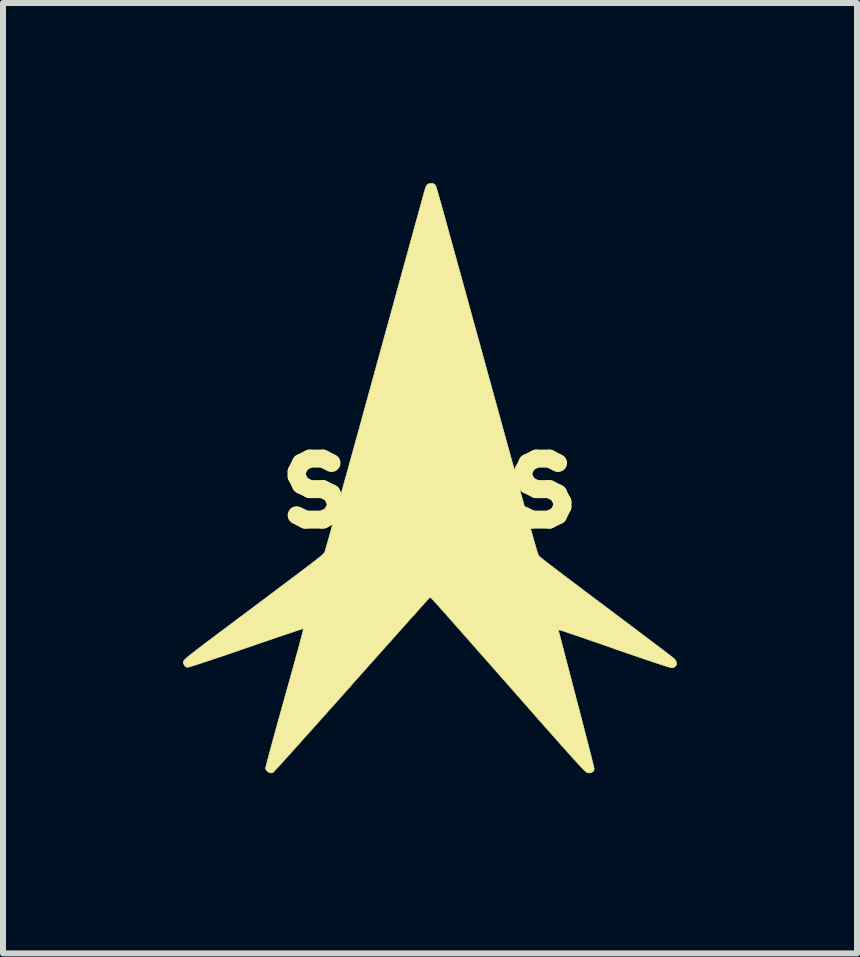
<source format=kicad_pcb>
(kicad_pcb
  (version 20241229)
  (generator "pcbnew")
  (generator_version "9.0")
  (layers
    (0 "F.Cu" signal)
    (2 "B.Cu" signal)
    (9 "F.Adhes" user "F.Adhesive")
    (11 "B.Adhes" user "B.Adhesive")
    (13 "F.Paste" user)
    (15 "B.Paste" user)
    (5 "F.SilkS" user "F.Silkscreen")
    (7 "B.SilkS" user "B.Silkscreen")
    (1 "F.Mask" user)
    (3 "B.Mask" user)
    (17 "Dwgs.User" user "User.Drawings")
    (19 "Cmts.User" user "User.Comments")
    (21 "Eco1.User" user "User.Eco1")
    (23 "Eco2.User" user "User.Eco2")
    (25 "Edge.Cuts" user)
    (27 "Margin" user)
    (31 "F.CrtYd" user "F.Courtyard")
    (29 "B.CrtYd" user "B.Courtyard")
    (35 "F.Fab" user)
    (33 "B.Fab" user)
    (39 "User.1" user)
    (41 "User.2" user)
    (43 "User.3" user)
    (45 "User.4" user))
  (footprint "sess"
    (layer "F.Cu")
    (at 4.105 4.916)
    (property "Reference" "sess" (at 0 0 0) (layer "F.SilkS") (effects (font (size 1.524 1.524) (thickness 0.3))))
    (attr through_hole)
    (fp_poly (pts (xy 0.066 -4.906) (xy 0.09 -4.889) (xy 0.094 -4.883) (xy 0.096 -4.881) (xy 0.098 -4.879) (xy 0.1 -4.876) (xy 0.102 -4.872) (xy 0.104 -4.866) (xy 0.108 -4.858) (xy 0.112 -4.845) (xy 0.117 -4.829) (xy 0.124 -4.807) (xy 0.132 -4.778) (xy 0.142 -4.743) (xy 0.154 -4.701) (xy 0.169 -4.649) (xy 0.186 -4.589) (xy 0.206 -4.518) (xy 0.229 -4.436) (xy 0.255 -4.342) (xy 0.284 -4.236) (xy 0.317 -4.116) (xy 0.354 -3.982) (xy 0.395 -3.833) (xy 0.441 -3.668) (xy 0.491 -3.487) (xy 0.546 -3.288) (xy 0.606 -3.07) (xy 0.671 -2.834) (xy 0.741 -2.577) (xy 0.818 -2.3) (xy 0.9 -2.001) (xy 0.988 -1.68) (xy 1.01 -1.603) (xy 1.094 -1.296) (xy 1.172 -1.013) (xy 1.244 -0.751) (xy 1.311 -0.509) (xy 1.372 -0.288) (xy 1.427 -0.086) (xy 1.478 0.098) (xy 1.524 0.265) (xy 1.566 0.415) (xy 1.603 0.55) (xy 1.636 0.67) (xy 1.666 0.776) (xy 1.692 0.869) (xy 1.714 0.95) (xy 1.734 1.02) (xy 1.751 1.079) (xy 1.765 1.129) (xy 1.777 1.17) (xy 1.787 1.204) (xy 1.796 1.23) (xy 1.802 1.251) (xy 1.808 1.266) (xy 1.812 1.277) (xy 1.815 1.285) (xy 1.818 1.29) (xy 1.821 1.293) (xy 1.823 1.295) (xy 1.826 1.298) (xy 1.827 1.299) (xy 1.836 1.308) (xy 1.852 1.321) (xy 1.875 1.341) (xy 1.907 1.366) (xy 1.949 1.399) (xy 2.001 1.439) (xy 2.065 1.487) (xy 2.141 1.545) (xy 2.23 1.613) (xy 2.333 1.691) (xy 2.452 1.78) (xy 2.586 1.882) (xy 2.738 1.996) (xy 2.908 2.123) (xy 3.097 2.265) (xy 3.124 2.286) (xy 3.258 2.386) (xy 3.387 2.483) (xy 3.509 2.575) (xy 3.623 2.661) (xy 3.728 2.74) (xy 3.822 2.811) (xy 3.903 2.873) (xy 3.97 2.924) (xy 4.022 2.964) (xy 4.057 2.991) (xy 4.073 3.004) (xy 4.074 3.004) (xy 4.105 3.043) (xy 4.116 3.083) (xy 4.108 3.118) (xy 4.083 3.144) (xy 4.041 3.157) (xy 4.031 3.157) (xy 4.012 3.153) (xy 3.97 3.141) (xy 3.908 3.121) (xy 3.827 3.095) (xy 3.728 3.062) (xy 3.614 3.024) (xy 3.486 2.98) (xy 3.346 2.932) (xy 3.194 2.88) (xy 3.102 2.848) (xy 2.958 2.797) (xy 2.821 2.749) (xy 2.691 2.705) (xy 2.572 2.663) (xy 2.465 2.627) (xy 2.372 2.595) (xy 2.295 2.569) (xy 2.236 2.549) (xy 2.198 2.536) (xy 2.181 2.531) (xy 2.156 2.529) (xy 2.149 2.538) (xy 2.152 2.553) (xy 2.156 2.569) (xy 2.166 2.607) (xy 2.181 2.664) (xy 2.201 2.74) (xy 2.225 2.833) (xy 2.253 2.941) (xy 2.285 3.063) (xy 2.32 3.196) (xy 2.357 3.339) (xy 2.397 3.491) (xy 2.438 3.65) (xy 2.451 3.699) (xy 2.493 3.859) (xy 2.533 4.013) (xy 2.571 4.159) (xy 2.606 4.296) (xy 2.638 4.421) (xy 2.667 4.533) (xy 2.692 4.63) (xy 2.712 4.712) (xy 2.728 4.775) (xy 2.738 4.818) (xy 2.743 4.841) (xy 2.743 4.843) (xy 2.732 4.878) (xy 2.702 4.901) (xy 2.657 4.909) (xy 2.646 4.908) (xy 2.639 4.908) (xy 2.632 4.906) (xy 2.624 4.902) (xy 2.613 4.895) (xy 2.6 4.884) (xy 2.583 4.869) (xy 2.561 4.848) (xy 2.535 4.821) (xy 2.502 4.787) (xy 2.463 4.744) (xy 2.416 4.693) (xy 2.36 4.631) (xy 2.296 4.559) (xy 2.221 4.475) (xy 2.136 4.379) (xy 2.039 4.27) (xy 1.929 4.146) (xy 1.807 4.007) (xy 1.67 3.852) (xy 1.519 3.68) (xy 1.365 3.506) (xy 1.191 3.308) (xy 1.033 3.128) (xy 0.889 2.965) (xy 0.759 2.818) (xy 0.643 2.686) (xy 0.54 2.569) (xy 0.448 2.465) (xy 0.368 2.374) (xy 0.298 2.295) (xy 0.238 2.227) (xy 0.187 2.17) (xy 0.144 2.122) (xy 0.108 2.082) (xy 0.079 2.051) (xy 0.057 2.026) (xy 0.039 2.008) (xy 0.026 1.995) (xy 0.017 1.987) (xy 0.011 1.983) (xy 0.008 1.981) (xy 0.006 1.982) (xy 0.005 1.984) (xy 0.004 1.986) (xy 0.002 1.988) (xy 0.002 1.989) (xy -0.008 1.999) (xy -0.033 2.026) (xy -0.073 2.07) (xy -0.127 2.13) (xy -0.193 2.204) (xy -0.272 2.291) (xy -0.361 2.392) (xy -0.461 2.503) (xy -0.57 2.625) (xy -0.687 2.757) (xy -0.812 2.897) (xy -0.943 3.044) (xy -1.081 3.198) (xy -1.223 3.358) (xy -1.301 3.446) (xy -1.445 3.609) (xy -1.585 3.766) (xy -1.72 3.917) (xy -1.849 4.061) (xy -1.971 4.198) (xy -2.085 4.325) (xy -2.19 4.442) (xy -2.285 4.548) (xy -2.37 4.643) (xy -2.444 4.724) (xy -2.505 4.791) (xy -2.553 4.844) (xy -2.587 4.88) (xy -2.606 4.9) (xy -2.61 4.903) (xy -2.643 4.91) (xy -2.673 4.901) (xy -2.697 4.886) (xy -2.725 4.853) (xy -2.731 4.828) (xy -2.727 4.811) (xy -2.718 4.773) (xy -2.703 4.715) (xy -2.683 4.64) (xy -2.659 4.549) (xy -2.63 4.443) (xy -2.598 4.326) (xy -2.563 4.198) (xy -2.526 4.063) (xy -2.486 3.92) (xy -2.482 3.907) (xy -2.422 3.691) (xy -2.368 3.498) (xy -2.32 3.326) (xy -2.278 3.174) (xy -2.241 3.041) (xy -2.209 2.925) (xy -2.182 2.827) (xy -2.16 2.744) (xy -2.142 2.675) (xy -2.127 2.62) (xy -2.116 2.577) (xy -2.108 2.545) (xy -2.104 2.523) (xy -2.102 2.511) (xy -2.102 2.506) (xy -2.102 2.506) (xy -2.115 2.509) (xy -2.149 2.52) (xy -2.204 2.537) (xy -2.277 2.562) (xy -2.367 2.592) (xy -2.472 2.627) (xy -2.59 2.668) (xy -2.719 2.712) (xy -2.858 2.759) (xy -3.004 2.81) (xy -3.061 2.829) (xy -3.231 2.888) (xy -3.388 2.942) (xy -3.532 2.99) (xy -3.66 3.033) (xy -3.772 3.07) (xy -3.866 3.101) (xy -3.94 3.125) (xy -3.995 3.141) (xy -4.028 3.15) (xy -4.037 3.151) (xy -4.076 3.128) (xy -4.097 3.09) (xy -4.1 3.059) (xy -4.098 3.051) (xy -4.094 3.042) (xy -4.086 3.031) (xy -4.072 3.017) (xy -4.053 2.999) (xy -4.026 2.975) (xy -3.99 2.946) (xy -3.944 2.91) (xy -3.888 2.866) (xy -3.819 2.813) (xy -3.736 2.75) (xy -3.638 2.677) (xy -3.525 2.591) (xy -3.394 2.493) (xy -3.245 2.382) (xy -3.194 2.343) (xy -2.997 2.196) (xy -2.819 2.063) (xy -2.659 1.943) (xy -2.516 1.835) (xy -2.389 1.74) (xy -2.277 1.656) (xy -2.18 1.583) (xy -2.095 1.519) (xy -2.023 1.464) (xy -1.961 1.417) (xy -1.91 1.378) (xy -1.868 1.345) (xy -1.835 1.318) (xy -1.808 1.297) (xy -1.788 1.28) (xy -1.774 1.266) (xy -1.763 1.256) (xy -1.756 1.247) (xy -1.751 1.24) (xy -1.748 1.234) (xy -1.746 1.229) (xy -1.741 1.215) (xy -1.732 1.184) (xy -1.718 1.136) (xy -1.699 1.07) (xy -1.675 0.986) (xy -1.646 0.884) (xy -1.613 0.764) (xy -1.574 0.624) (xy -1.53 0.466) (xy -1.48 0.288) (xy -1.426 0.09) (xy -1.365 -0.128) (xy -1.299 -0.367) (xy -1.228 -0.626) (xy -1.15 -0.906) (xy -1.067 -1.208) (xy -0.978 -1.532) (xy -0.883 -1.878) (xy -0.782 -2.246) (xy -0.674 -2.637) (xy -0.56 -3.051) (xy -0.553 -3.078) (xy -0.499 -3.274) (xy -0.447 -3.464) (xy -0.396 -3.647) (xy -0.348 -3.822) (xy -0.303 -3.986) (xy -0.261 -4.14) (xy -0.222 -4.281) (xy -0.187 -4.408) (xy -0.156 -4.52) (xy -0.13 -4.614) (xy -0.109 -4.691) (xy -0.093 -4.748) (xy -0.083 -4.784) (xy -0.08 -4.796) (xy -0.062 -4.851) (xy -0.042 -4.885) (xy -0.017 -4.904) (xy 0.017 -4.91) (xy 0.027 -4.911) (xy 0.066 -4.906)) (stroke (width 0.01) (type solid)) (fill yes) (layer "F.SilkS")))
  (gr_rect
    (start -3 -3)
    (end 11.226 12.831)
    (stroke (width 0.1) (type default))
    (fill no)
    (layer "Edge.Cuts")))
</source>
